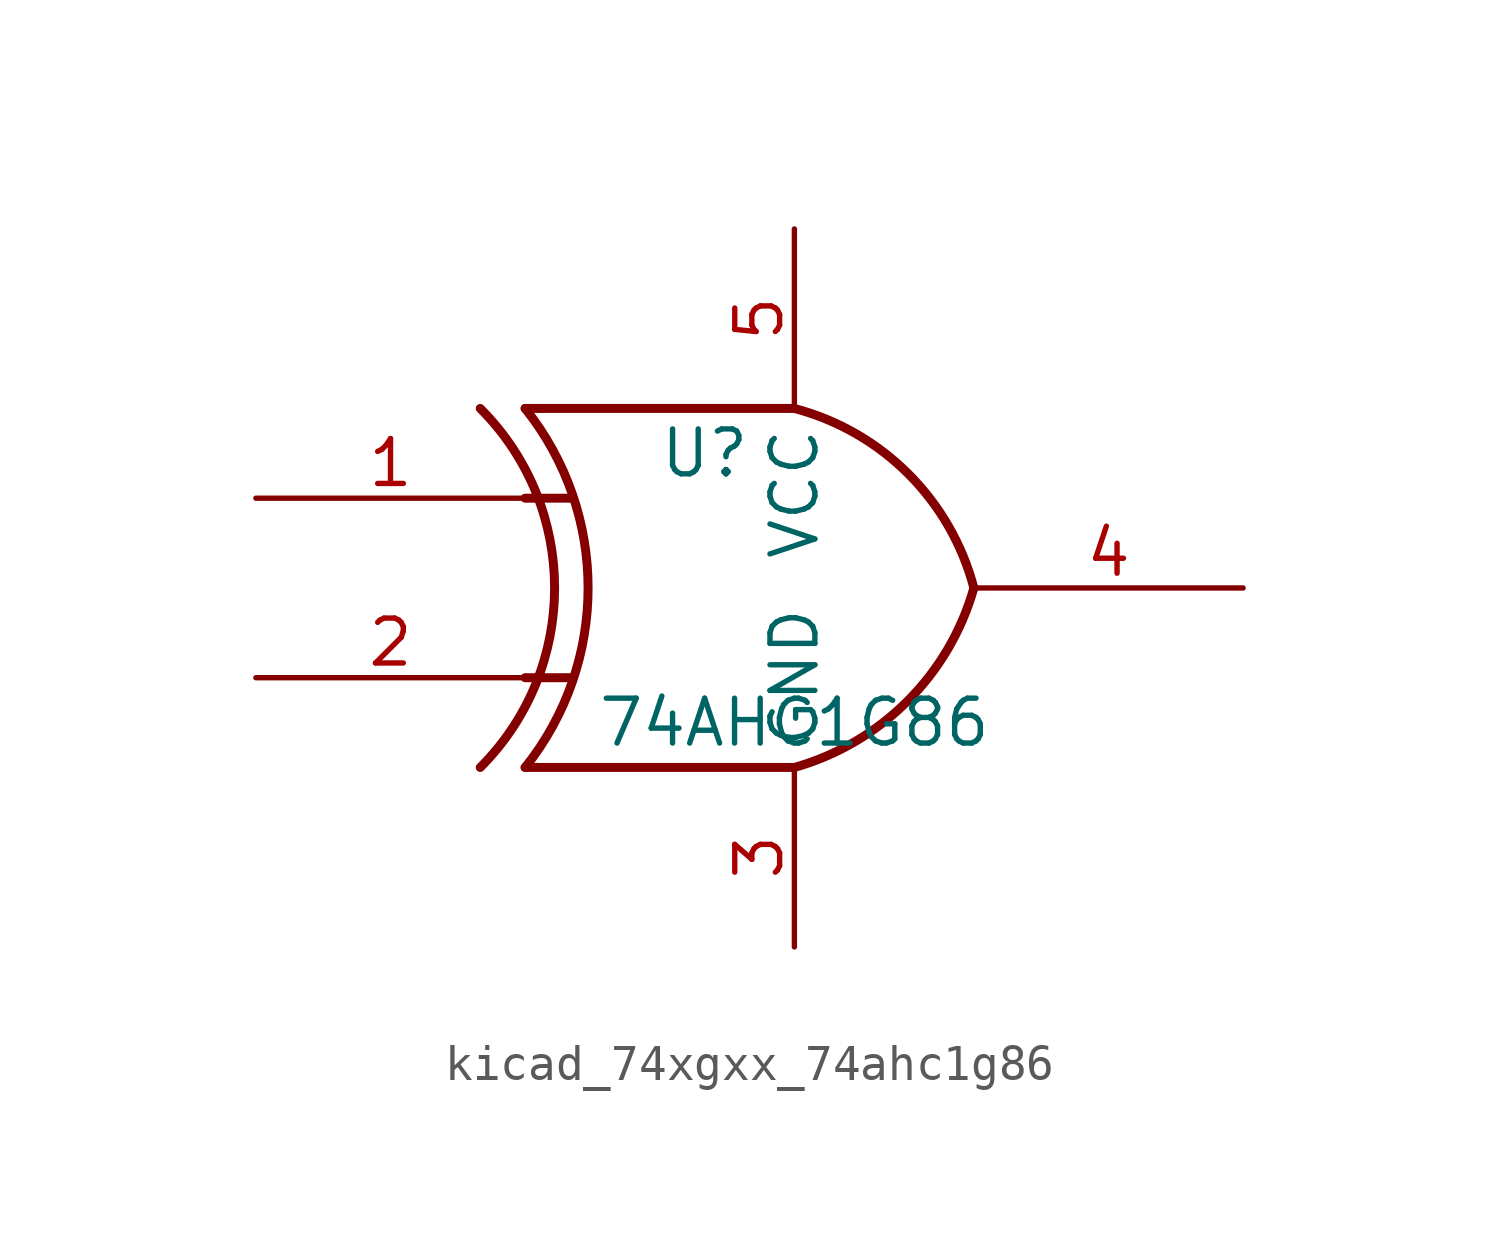
<source format=kicad_sym>
(kicad_symbol_lib
  (version 20220914)
  (generator kicad_symbol_editor)
  (symbol "kicad_74xgxx_74ahc1g86"
    (property "Reference" "U"
      (at -2.54 3.81 0)
      (effects (font (size 1.27 1.27))))
    (property "Value" "74AHC1G86"
      (at 0 -3.81 0)
      (effects (font (size 1.27 1.27))))
    (symbol "kicad_74xgxx_74ahc1g86_0_1"
      (arc (start -8.89 -5.08) (mid -6.7858 0) (end -8.89 5.08) (stroke (width 0.254) (type default)) (fill (type none)))
      (arc (start -7.62 -5.08) (mid -5.838 0) (end -7.62 5.08) (stroke (width 0.254) (type default)) (fill (type none)))
      (arc (start 0 -5.08) (mid 3.1986 -3.2054) (end 5.08 0) (stroke (width 0.254) (type default)) (fill (type none)))
      (polyline (pts (xy -7.62 -2.54) (xy -6.35 -2.54)) (stroke (width 0.254) (type default)) (fill (type background)))
      (polyline (pts (xy -7.62 2.54) (xy -6.35 2.54)) (stroke (width 0.254) (type default)) (fill (type background)))
      (polyline (pts (xy 0 -5.08) (xy -7.62 -5.08)) (stroke (width 0.254) (type default)) (fill (type background)))
      (polyline (pts (xy 0 5.08) (xy -7.62 5.08)) (stroke (width 0.254) (type default)) (fill (type background)))
      (arc (start 5.08 0) (mid 3.2238 3.2304) (end 0 5.08) (stroke (width 0.254) (type default)) (fill (type none))))
    (symbol "kicad_74xgxx_74ahc1g86_1_1"
      (pin input line (at -15.24 2.54 0) (length 7.62) (name "~" (effects (font (size 1.27 1.27)))) (number "1" (effects (font (size 1.27 1.27)))))
      (pin input line (at -15.24 -2.54 0) (length 7.62) (name "~" (effects (font (size 1.27 1.27)))) (number "2" (effects (font (size 1.27 1.27)))))
      (pin power_in line (at 0 -10.16 90) (length 5.08) (name "GND" (effects (font (size 1.27 1.27)))) (number "3" (effects (font (size 1.27 1.27)))))
      (pin output line (at 12.7 0 180) (length 7.62) (name "~" (effects (font (size 1.27 1.27)))) (number "4" (effects (font (size 1.27 1.27)))))
      (pin power_in line (at 0 10.16 270) (length 5.08) (name "VCC" (effects (font (size 1.27 1.27)))) (number "5" (effects (font (size 1.27 1.27))))))))
</source>
